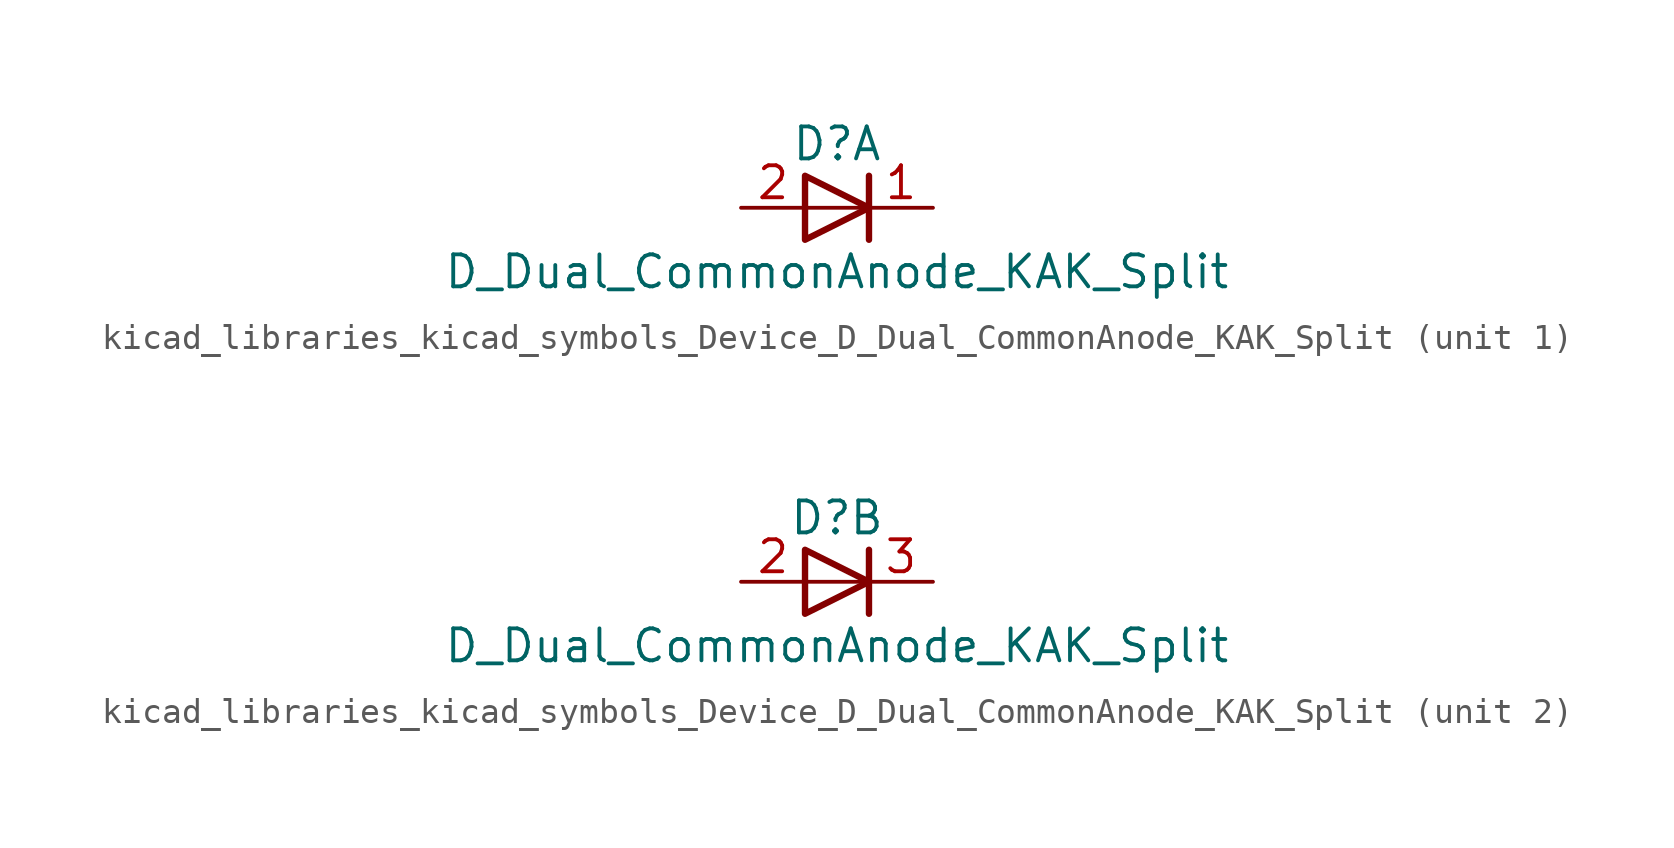
<source format=kicad_sym>
(kicad_symbol_lib
  (version 20220914)
  (generator kicad_symbol_editor)
  (symbol "kicad_libraries_kicad_symbols_Device_D_Dual_CommonAnode_KAK_Split"
    (pin_names
      (offset 0.762) hide)
    (property "Reference" "D"
      (at 0 2.54 0)
      (effects (font (size 1.27 1.27))))
    (property "Value" "D_Dual_CommonAnode_KAK_Split"
      (at 0 -2.54 0)
      (effects (font (size 1.27 1.27))))
    (property "ki_locked" ""
      (at 0 0 0)
      (effects (font (size 1.27 1.27))))
    (symbol "kicad_libraries_kicad_symbols_Device_D_Dual_CommonAnode_KAK_Split_0_0"
      (polyline (pts (xy 1.27 0) (xy -1.27 0)) (stroke (width 0) (type default)) (fill (type none)))
      (polyline (pts (xy 1.27 1.27) (xy 1.27 -1.27)) (stroke (width 0.254) (type default)) (fill (type none))))
    (symbol "kicad_libraries_kicad_symbols_Device_D_Dual_CommonAnode_KAK_Split_0_1"
      (polyline (pts (xy -1.27 1.27) (xy 1.27 0) (xy -1.27 -1.27) (xy -1.27 1.27) (xy -1.27 1.27) (xy -1.27 1.27)) (stroke (width 0.254) (type default)) (fill (type none)))
      (pin passive line (at -3.81 0 0) (length 2.54) (name "A" (effects (font (size 1.27 1.27)))) (number "2" (effects (font (size 1.27 1.27))))))
    (symbol "kicad_libraries_kicad_symbols_Device_D_Dual_CommonAnode_KAK_Split_1_1"
      (pin passive line (at 3.81 0 180) (length 2.54) (name "K" (effects (font (size 1.27 1.27)))) (number "1" (effects (font (size 1.27 1.27))))))
    (symbol "kicad_libraries_kicad_symbols_Device_D_Dual_CommonAnode_KAK_Split_2_1"
      (pin passive line (at 3.81 0 180) (length 2.54) (name "K" (effects (font (size 1.27 1.27)))) (number "3" (effects (font (size 1.27 1.27))))))))
</source>
